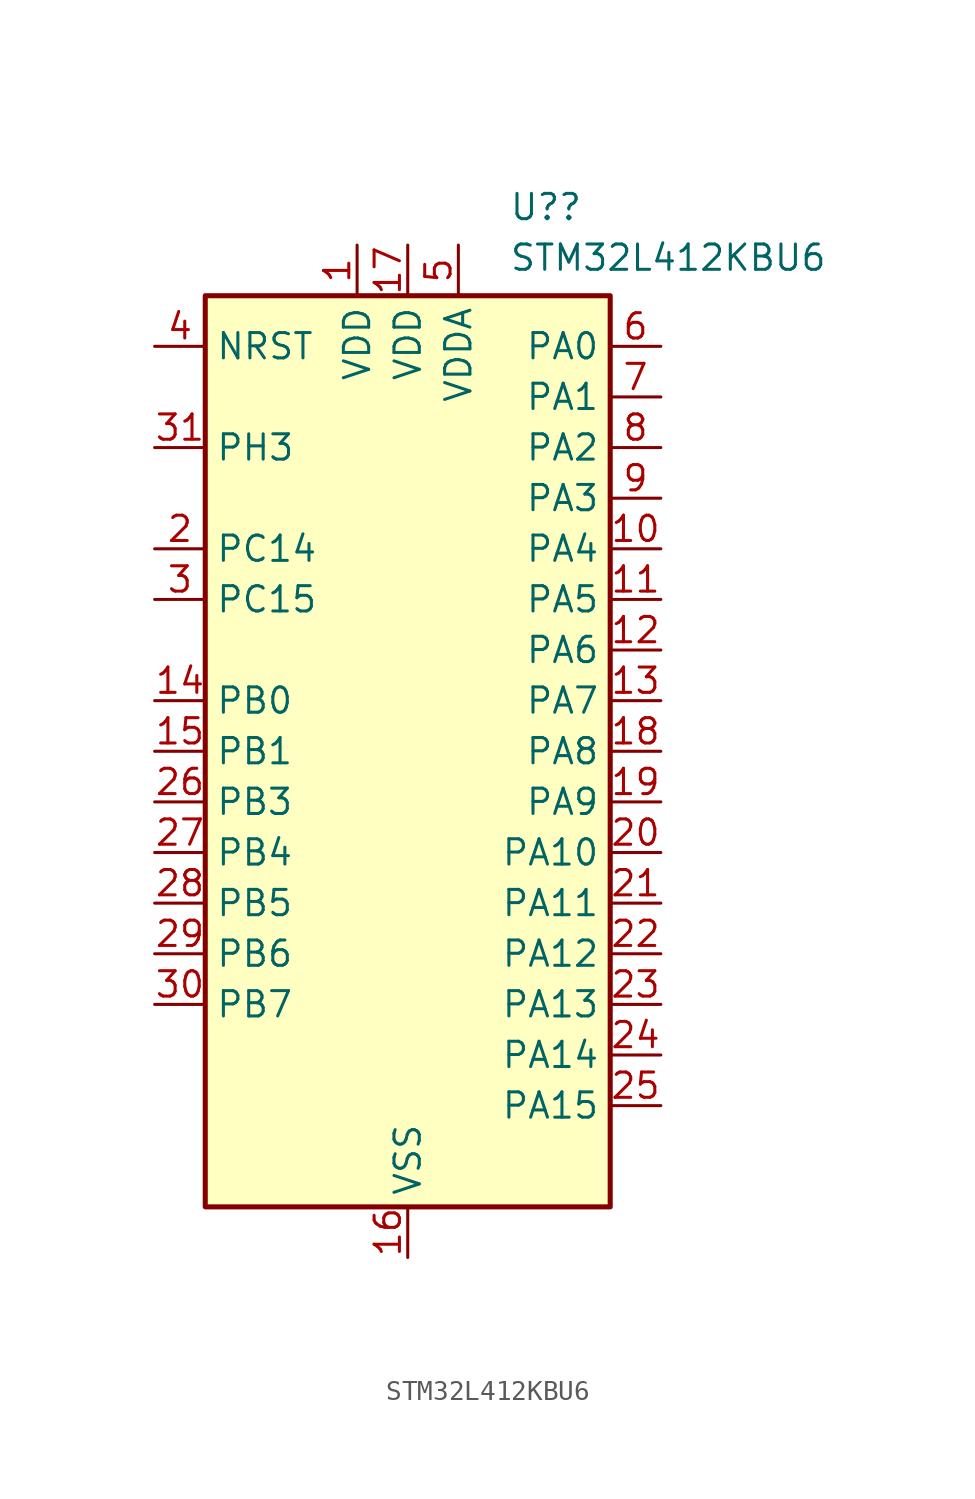
<source format=kicad_sym>
(kicad_symbol_lib
  (version 20220914)
  (generator kicad_symbol_editor)
  (symbol "STM32L412KBU6"
    (property "Reference" "U?"
      (at 5.08 27.305 0)
      (effects (font (size 1.27 1.27)) (justify left)))
    (property "Value" "STM32L412KBU6"
      (at 5.08 24.765 0)
      (effects (font (size 1.27 1.27)) (justify left)))
    (symbol "STM32L412KBU6_0_1"
      (rectangle (start -10.16 -22.86) (end 10.16 22.86) (stroke (width 0.254) (type default)) (fill (type background))))
    (symbol "STM32L412KBU6_1_1"
      (pin power_in line (at -2.54 25.4 270) (length 2.54) (name "VDD" (effects (font (size 1.27 1.27)))) (number "1" (effects (font (size 1.27 1.27)))))
      (pin bidirectional line (at 12.7 10.16 180) (length 2.54) (name "PA4" (effects (font (size 1.27 1.27)))) (number "10" (effects (font (size 1.27 1.27)))) (alternate "ADC1_IN9" bidirectional line) (alternate "ADC2_IN9" bidirectional line) (alternate "COMP1_INM" bidirectional line) (alternate "LPTIM2_OUT" bidirectional line) (alternate "SPI1_NSS" bidirectional line) (alternate "USART2_CK" bidirectional line))
      (pin bidirectional line (at 12.7 7.62 180) (length 2.54) (name "PA5" (effects (font (size 1.27 1.27)))) (number "11" (effects (font (size 1.27 1.27)))) (alternate "ADC1_IN10" bidirectional line) (alternate "ADC2_IN10" bidirectional line) (alternate "COMP1_INM" bidirectional line) (alternate "LPTIM2_ETR" bidirectional line) (alternate "SPI1_SCK" bidirectional line) (alternate "TIM2_CH1" bidirectional line) (alternate "TIM2_ETR" bidirectional line))
      (pin bidirectional line (at 12.7 5.08 180) (length 2.54) (name "PA6" (effects (font (size 1.27 1.27)))) (number "12" (effects (font (size 1.27 1.27)))) (alternate "ADC1_IN11" bidirectional line) (alternate "ADC2_IN11" bidirectional line) (alternate "COMP1_OUT" bidirectional line) (alternate "LPUART1_CTS" bidirectional line) (alternate "QUADSPI_BK1_IO3" bidirectional line) (alternate "SPI1_MISO" bidirectional line) (alternate "TIM16_CH1" bidirectional line) (alternate "TIM1_BKIN" bidirectional line))
      (pin bidirectional line (at 12.7 2.54 180) (length 2.54) (name "PA7" (effects (font (size 1.27 1.27)))) (number "13" (effects (font (size 1.27 1.27)))) (alternate "ADC1_IN12" bidirectional line) (alternate "ADC2_IN12" bidirectional line) (alternate "I2C3_SCL" bidirectional line) (alternate "QUADSPI_BK1_IO2" bidirectional line) (alternate "SPI1_MOSI" bidirectional line) (alternate "TIM1_CH1N" bidirectional line))
      (pin bidirectional line (at -12.7 2.54 0) (length 2.54) (name "PB0" (effects (font (size 1.27 1.27)))) (number "14" (effects (font (size 1.27 1.27)))) (alternate "ADC1_IN15" bidirectional line) (alternate "ADC2_IN15" bidirectional line) (alternate "COMP1_OUT" bidirectional line) (alternate "QUADSPI_BK1_IO1" bidirectional line) (alternate "SPI1_NSS" bidirectional line) (alternate "SYS_TRACED0" bidirectional line) (alternate "TIM1_CH2N" bidirectional line))
      (pin bidirectional line (at -12.7 0 0) (length 2.54) (name "PB1" (effects (font (size 1.27 1.27)))) (number "15" (effects (font (size 1.27 1.27)))) (alternate "ADC1_IN16" bidirectional line) (alternate "ADC2_IN16" bidirectional line) (alternate "COMP1_INM" bidirectional line) (alternate "LPTIM2_IN1" bidirectional line) (alternate "LPUART1_DE" bidirectional line) (alternate "LPUART1_RTS" bidirectional line) (alternate "QUADSPI_BK1_IO0" bidirectional line) (alternate "SYS_TRACED1" bidirectional line) (alternate "TIM1_CH3N" bidirectional line))
      (pin power_in line (at 0 -25.4 90) (length 2.54) (name "VSS" (effects (font (size 1.27 1.27)))) (number "16" (effects (font (size 1.27 1.27)))))
      (pin power_in line (at 0 25.4 270) (length 2.54) (name "VDD" (effects (font (size 1.27 1.27)))) (number "17" (effects (font (size 1.27 1.27)))))
      (pin bidirectional line (at 12.7 0 180) (length 2.54) (name "PA8" (effects (font (size 1.27 1.27)))) (number "18" (effects (font (size 1.27 1.27)))) (alternate "LPTIM2_OUT" bidirectional line) (alternate "RCC_MCO" bidirectional line) (alternate "TIM1_CH1" bidirectional line) (alternate "USART1_CK" bidirectional line))
      (pin bidirectional line (at 12.7 -2.54 180) (length 2.54) (name "PA9" (effects (font (size 1.27 1.27)))) (number "19" (effects (font (size 1.27 1.27)))) (alternate "I2C1_SCL" bidirectional line) (alternate "TIM15_BKIN" bidirectional line) (alternate "TIM1_CH2" bidirectional line) (alternate "USART1_TX" bidirectional line))
      (pin bidirectional line (at -12.7 10.16 0) (length 2.54) (name "PC14" (effects (font (size 1.27 1.27)))) (number "2" (effects (font (size 1.27 1.27)))) (alternate "RCC_OSC32_IN" bidirectional line))
      (pin bidirectional line (at 12.7 -5.08 180) (length 2.54) (name "PA10" (effects (font (size 1.27 1.27)))) (number "20" (effects (font (size 1.27 1.27)))) (alternate "CRS_SYNC" bidirectional line) (alternate "I2C1_SDA" bidirectional line) (alternate "TIM1_CH3" bidirectional line) (alternate "USART1_RX" bidirectional line))
      (pin bidirectional line (at 12.7 -7.62 180) (length 2.54) (name "PA11" (effects (font (size 1.27 1.27)))) (number "21" (effects (font (size 1.27 1.27)))) (alternate "ADC1_EXTI11" bidirectional line) (alternate "ADC2_EXTI11" bidirectional line) (alternate "COMP1_OUT" bidirectional line) (alternate "SPI1_MISO" bidirectional line) (alternate "TIM1_BKIN2" bidirectional line) (alternate "TIM1_BKIN2_COMP1" bidirectional line) (alternate "TIM1_CH4" bidirectional line) (alternate "USART1_CTS" bidirectional line) (alternate "USB_DM" bidirectional line))
      (pin bidirectional line (at 12.7 -10.16 180) (length 2.54) (name "PA12" (effects (font (size 1.27 1.27)))) (number "22" (effects (font (size 1.27 1.27)))) (alternate "SPI1_MOSI" bidirectional line) (alternate "TIM1_ETR" bidirectional line) (alternate "USART1_DE" bidirectional line) (alternate "USART1_RTS" bidirectional line) (alternate "USB_DP" bidirectional line))
      (pin bidirectional line (at 12.7 -12.7 180) (length 2.54) (name "PA13" (effects (font (size 1.27 1.27)))) (number "23" (effects (font (size 1.27 1.27)))) (alternate "IR_OUT" bidirectional line) (alternate "SYS_JTMS-SWDIO" bidirectional line) (alternate "USB_NOE" bidirectional line))
      (pin bidirectional line (at 12.7 -15.24 180) (length 2.54) (name "PA14" (effects (font (size 1.27 1.27)))) (number "24" (effects (font (size 1.27 1.27)))) (alternate "I2C1_SMBA" bidirectional line) (alternate "LPTIM1_OUT" bidirectional line) (alternate "SYS_JTCK-SWCLK" bidirectional line))
      (pin bidirectional line (at 12.7 -17.78 180) (length 2.54) (name "PA15" (effects (font (size 1.27 1.27)))) (number "25" (effects (font (size 1.27 1.27)))) (alternate "ADC1_EXTI15" bidirectional line) (alternate "ADC2_EXTI15" bidirectional line) (alternate "SPI1_NSS" bidirectional line) (alternate "SYS_JTDI" bidirectional line) (alternate "TIM2_CH1" bidirectional line) (alternate "TIM2_ETR" bidirectional line) (alternate "USART2_RX" bidirectional line))
      (pin bidirectional line (at -12.7 -2.54 0) (length 2.54) (name "PB3" (effects (font (size 1.27 1.27)))) (number "26" (effects (font (size 1.27 1.27)))) (alternate "SPI1_SCK" bidirectional line) (alternate "SYS_JTDO-SWO" bidirectional line) (alternate "TIM2_CH2" bidirectional line) (alternate "USART1_DE" bidirectional line) (alternate "USART1_RTS" bidirectional line))
      (pin bidirectional line (at -12.7 -5.08 0) (length 2.54) (name "PB4" (effects (font (size 1.27 1.27)))) (number "27" (effects (font (size 1.27 1.27)))) (alternate "I2C3_SDA" bidirectional line) (alternate "SPI1_MISO" bidirectional line) (alternate "SYS_JTRST" bidirectional line) (alternate "TSC_G2_IO1" bidirectional line) (alternate "USART1_CTS" bidirectional line))
      (pin bidirectional line (at -12.7 -7.62 0) (length 2.54) (name "PB5" (effects (font (size 1.27 1.27)))) (number "28" (effects (font (size 1.27 1.27)))) (alternate "I2C1_SMBA" bidirectional line) (alternate "LPTIM1_IN1" bidirectional line) (alternate "SPI1_MOSI" bidirectional line) (alternate "SYS_TRACED2" bidirectional line) (alternate "TIM16_BKIN" bidirectional line) (alternate "TSC_G2_IO2" bidirectional line) (alternate "USART1_CK" bidirectional line))
      (pin bidirectional line (at -12.7 -10.16 0) (length 2.54) (name "PB6" (effects (font (size 1.27 1.27)))) (number "29" (effects (font (size 1.27 1.27)))) (alternate "I2C1_SCL" bidirectional line) (alternate "LPTIM1_ETR" bidirectional line) (alternate "SYS_TRACED3" bidirectional line) (alternate "TIM16_CH1N" bidirectional line) (alternate "TSC_G2_IO3" bidirectional line) (alternate "USART1_TX" bidirectional line))
      (pin bidirectional line (at -12.7 7.62 0) (length 2.54) (name "PC15" (effects (font (size 1.27 1.27)))) (number "3" (effects (font (size 1.27 1.27)))) (alternate "ADC1_EXTI15" bidirectional line) (alternate "ADC2_EXTI15" bidirectional line) (alternate "RCC_OSC32_OUT" bidirectional line))
      (pin bidirectional line (at -12.7 -12.7 0) (length 2.54) (name "PB7" (effects (font (size 1.27 1.27)))) (number "30" (effects (font (size 1.27 1.27)))) (alternate "I2C1_SDA" bidirectional line) (alternate "LPTIM1_IN2" bidirectional line) (alternate "SYS_PVD_IN" bidirectional line) (alternate "SYS_TRACECLK" bidirectional line) (alternate "TSC_G2_IO4" bidirectional line) (alternate "USART1_RX" bidirectional line))
      (pin bidirectional line (at -12.7 15.24 0) (length 2.54) (name "PH3" (effects (font (size 1.27 1.27)))) (number "31" (effects (font (size 1.27 1.27)))))
      (pin passive line (at 0 -25.4 90) (length 2.54) hide (name "VSS" (effects (font (size 1.27 1.27)))) (number "32" (effects (font (size 1.27 1.27)))))
      (pin passive line (at 0 -25.4 90) (length 2.54) hide (name "VSS" (effects (font (size 1.27 1.27)))) (number "33" (effects (font (size 1.27 1.27)))))
      (pin input line (at -12.7 20.32 0) (length 2.54) (name "NRST" (effects (font (size 1.27 1.27)))) (number "4" (effects (font (size 1.27 1.27)))))
      (pin power_in line (at 2.54 25.4 270) (length 2.54) (name "VDDA" (effects (font (size 1.27 1.27)))) (number "5" (effects (font (size 1.27 1.27)))))
      (pin bidirectional line (at 12.7 20.32 180) (length 2.54) (name "PA0" (effects (font (size 1.27 1.27)))) (number "6" (effects (font (size 1.27 1.27)))) (alternate "ADC1_IN5" bidirectional line) (alternate "COMP1_INM" bidirectional line) (alternate "COMP1_OUT" bidirectional line) (alternate "OPAMP1_VINP" bidirectional line) (alternate "RCC_CK_IN" bidirectional line) (alternate "RTC_TAMP2" bidirectional line) (alternate "SYS_WKUP1" bidirectional line) (alternate "TIM2_CH1" bidirectional line) (alternate "TIM2_ETR" bidirectional line) (alternate "USART2_CTS" bidirectional line))
      (pin bidirectional line (at 12.7 17.78 180) (length 2.54) (name "PA1" (effects (font (size 1.27 1.27)))) (number "7" (effects (font (size 1.27 1.27)))) (alternate "ADC1_IN6" bidirectional line) (alternate "COMP1_INP" bidirectional line) (alternate "I2C1_SMBA" bidirectional line) (alternate "OPAMP1_VINM" bidirectional line) (alternate "SPI1_SCK" bidirectional line) (alternate "TIM15_CH1N" bidirectional line) (alternate "TIM2_CH2" bidirectional line) (alternate "USART2_DE" bidirectional line) (alternate "USART2_RTS" bidirectional line))
      (pin bidirectional line (at 12.7 15.24 180) (length 2.54) (name "PA2" (effects (font (size 1.27 1.27)))) (number "8" (effects (font (size 1.27 1.27)))) (alternate "ADC1_IN7" bidirectional line) (alternate "ADC2_IN7" bidirectional line) (alternate "LPUART1_TX" bidirectional line) (alternate "QUADSPI_BK1_NCS" bidirectional line) (alternate "RCC_LSCO" bidirectional line) (alternate "SYS_WKUP4" bidirectional line) (alternate "TIM15_CH1" bidirectional line) (alternate "TIM2_CH3" bidirectional line) (alternate "USART2_TX" bidirectional line))
      (pin bidirectional line (at 12.7 12.7 180) (length 2.54) (name "PA3" (effects (font (size 1.27 1.27)))) (number "9" (effects (font (size 1.27 1.27)))) (alternate "ADC1_IN8" bidirectional line) (alternate "ADC2_IN8" bidirectional line) (alternate "LPUART1_RX" bidirectional line) (alternate "OPAMP1_VOUT" bidirectional line) (alternate "QUADSPI_CLK" bidirectional line) (alternate "TIM15_CH2" bidirectional line) (alternate "TIM2_CH4" bidirectional line) (alternate "USART2_RX" bidirectional line)))))
</source>
